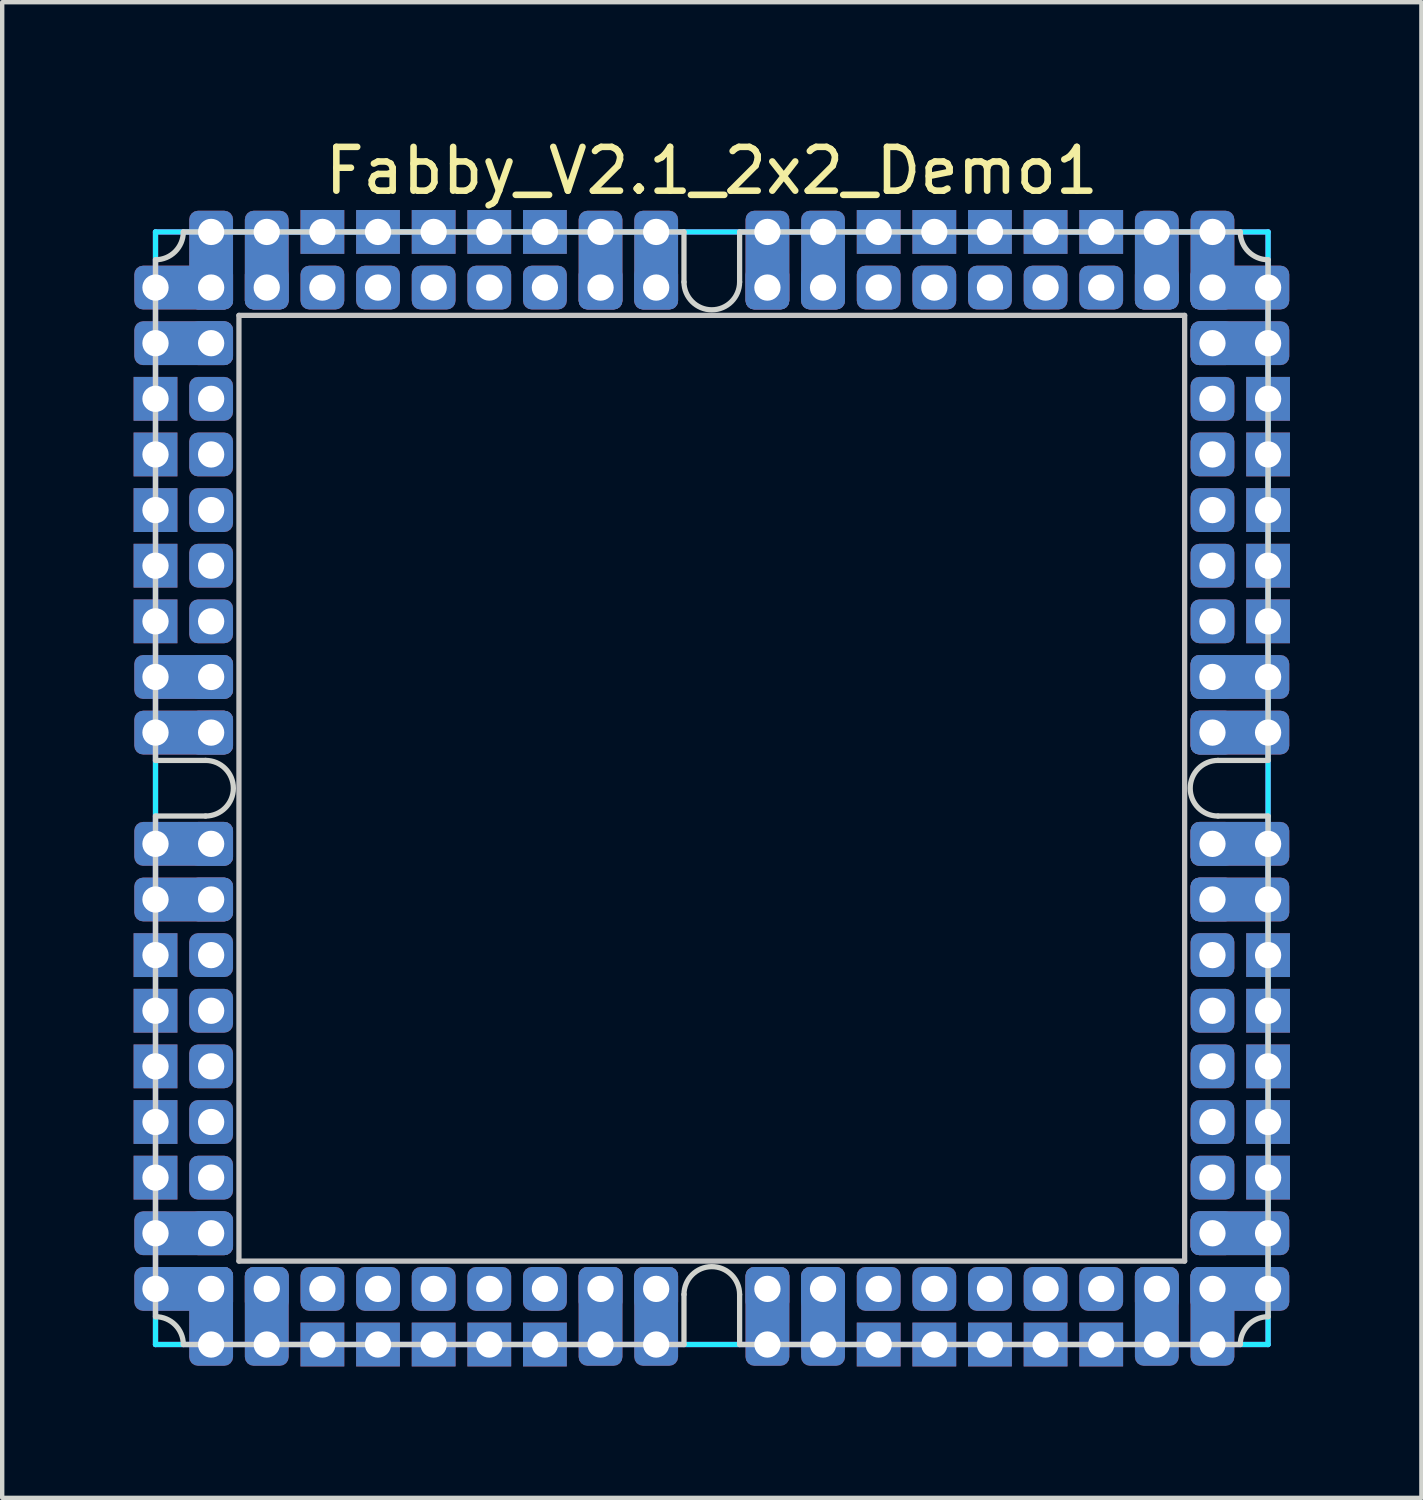
<source format=kicad_pcb>
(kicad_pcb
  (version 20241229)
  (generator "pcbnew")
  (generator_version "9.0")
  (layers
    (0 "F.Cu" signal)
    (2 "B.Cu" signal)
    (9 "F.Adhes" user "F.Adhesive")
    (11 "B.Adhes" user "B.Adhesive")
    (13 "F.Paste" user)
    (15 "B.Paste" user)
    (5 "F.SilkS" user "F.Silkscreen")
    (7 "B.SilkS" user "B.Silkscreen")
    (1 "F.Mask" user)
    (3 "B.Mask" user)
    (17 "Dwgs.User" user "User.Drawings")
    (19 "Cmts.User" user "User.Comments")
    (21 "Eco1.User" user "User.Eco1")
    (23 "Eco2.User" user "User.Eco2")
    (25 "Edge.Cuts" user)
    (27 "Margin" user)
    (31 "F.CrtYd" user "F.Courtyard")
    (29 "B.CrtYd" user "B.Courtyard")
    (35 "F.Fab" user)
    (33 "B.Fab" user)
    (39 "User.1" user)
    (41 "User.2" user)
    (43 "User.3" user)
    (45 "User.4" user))
  (footprint "Fabby_V2.1_2x2_Demo1"
    (layer "F.Cu")
    (at 13.2 14.945)
    (property "Reference" "Fabby_V2.1_2x2_Demo1" (at 0 -14.097 0) (layer "F.SilkS") (effects (font (size 1 1) (thickness 0.15))))
    (attr through_hole)
    (fp_line (start -10.795 -10.795) (end 10.795 -10.795) (stroke (width 0.12) (type solid)) (layer "Dwgs.User"))
    (fp_line (start -10.795 10.795) (end -10.795 -10.795) (stroke (width 0.12) (type solid)) (layer "Dwgs.User"))
    (fp_line (start 10.795 -10.795) (end 10.795 10.795) (stroke (width 0.12) (type solid)) (layer "Dwgs.User"))
    (fp_line (start 10.795 10.795) (end -10.795 10.795) (stroke (width 0.12) (type solid)) (layer "Dwgs.User"))
    (fp_line (start -12.7 -12.065) (end -12.7 -0.635) (stroke (width 0.12) (type solid)) (layer "Edge.Cuts"))
    (fp_line (start -12.7 0.635) (end -12.7 12.065) (stroke (width 0.12) (type solid)) (layer "Edge.Cuts"))
    (fp_line (start -12.065 -12.7) (end -0.635 -12.7) (stroke (width 0.12) (type solid)) (layer "Edge.Cuts"))
    (fp_line (start -11.557 -0.635) (end -12.7 -0.635) (stroke (width 0.12) (type solid)) (layer "Edge.Cuts"))
    (fp_line (start -11.557 0.635) (end -12.7 0.635) (stroke (width 0.12) (type solid)) (layer "Edge.Cuts"))
    (fp_line (start -0.635 -11.557) (end -0.635 -12.7) (stroke (width 0.12) (type solid)) (layer "Edge.Cuts"))
    (fp_line (start -0.635 11.557) (end -0.635 12.7) (stroke (width 0.12) (type solid)) (layer "Edge.Cuts"))
    (fp_line (start -0.635 12.7) (end -12.065 12.7) (stroke (width 0.12) (type solid)) (layer "Edge.Cuts"))
    (fp_line (start 0.635 -12.7) (end 12.065 -12.7) (stroke (width 0.12) (type solid)) (layer "Edge.Cuts"))
    (fp_line (start 0.635 -11.557) (end 0.635 -12.7) (stroke (width 0.12) (type solid)) (layer "Edge.Cuts"))
    (fp_line (start 0.635 11.557) (end 0.635 12.7) (stroke (width 0.12) (type solid)) (layer "Edge.Cuts"))
    (fp_line (start 11.557 -0.635) (end 12.7 -0.635) (stroke (width 0.12) (type solid)) (layer "Edge.Cuts"))
    (fp_line (start 11.557 0.635) (end 12.7 0.635) (stroke (width 0.12) (type solid)) (layer "Edge.Cuts"))
    (fp_line (start 12.065 12.7) (end 0.635 12.7) (stroke (width 0.12) (type solid)) (layer "Edge.Cuts"))
    (fp_line (start 12.7 -12.065) (end 12.7 -0.635) (stroke (width 0.12) (type solid)) (layer "Edge.Cuts"))
    (fp_line (start 12.7 0.635) (end 12.7 12.065) (stroke (width 0.12) (type solid)) (layer "Edge.Cuts"))
    (fp_arc (start -12.7 12.065) (mid -12.250987 12.250987) (end -12.065 12.7) (stroke (width 0.12) (type solid)) (layer "Edge.Cuts"))
    (fp_arc (start -12.065 -12.7) (mid -12.250987 -12.250987) (end -12.7 -12.065) (stroke (width 0.12) (type solid)) (layer "Edge.Cuts"))
    (fp_arc (start -11.557 -0.635) (mid -10.922 0) (end -11.557 0.635) (stroke (width 0.12) (type solid)) (layer "Edge.Cuts"))
    (fp_arc (start -0.635 11.557) (mid 0 10.922) (end 0.635 11.557) (stroke (width 0.12) (type solid)) (layer "Edge.Cuts"))
    (fp_arc (start 0.635 -11.557) (mid 0 -10.922) (end -0.635 -11.557) (stroke (width 0.12) (type solid)) (layer "Edge.Cuts"))
    (fp_arc (start 11.557 0.635) (mid 10.922 0) (end 11.557 -0.635) (stroke (width 0.12) (type solid)) (layer "Edge.Cuts"))
    (fp_arc (start 12.065 12.7) (mid 12.250987 12.250987) (end 12.7 12.065) (stroke (width 0.12) (type solid)) (layer "Edge.Cuts"))
    (fp_arc (start 12.7 -12.065) (mid 12.250987 -12.250987) (end 12.065 -12.7) (stroke (width 0.12) (type solid)) (layer "Edge.Cuts"))
    (fp_line (start -12.7 -12.7) (end 12.7 -12.7) (stroke (width 0.12) (type solid)) (layer "B.CrtYd"))
    (fp_line (start -12.7 12.7) (end -12.7 -12.7) (stroke (width 0.12) (type solid)) (layer "B.CrtYd"))
    (fp_line (start 12.7 -12.7) (end 12.7 12.7) (stroke (width 0.12) (type solid)) (layer "B.CrtYd"))
    (fp_line (start 12.7 12.7) (end -12.7 12.7) (stroke (width 0.12) (type solid)) (layer "B.CrtYd"))
    (fp_line (start -12.7 -12.7) (end 12.7 -12.7) (stroke (width 0.12) (type solid)) (layer "F.CrtYd"))
    (fp_line (start -12.7 12.7) (end -12.7 -12.7) (stroke (width 0.12) (type solid)) (layer "F.CrtYd"))
    (fp_line (start 12.7 -12.7) (end 12.7 12.7) (stroke (width 0.12) (type solid)) (layer "F.CrtYd"))
    (fp_line (start 12.7 12.7) (end -12.7 12.7) (stroke (width 0.12) (type solid)) (layer "F.CrtYd"))
    (pad "1" thru_hole roundrect (at -12.7 -11.43 270) (size 1 2.254) (drill 0.6 (offset 0 -0.643)) (layers "*.Cu" "*.Mask") (roundrect_rratio 0.2))
    (pad "1" thru_hole roundrect (at -11.43 -12.7 180) (size 1 2.254) (drill 0.6 (offset 0 -0.643)) (layers "*.Cu" "*.Mask") (roundrect_rratio 0.2))
    (pad "1" thru_hole roundrect (at -11.43 -11.43 180) (size 1 1) (drill 0.6) (layers "*.Cu" "*.Mask") (roundrect_rratio 0.2))
    (pad "2" thru_hole roundrect (at -12.7 -10.16 270) (size 1 2.254) (drill 0.6 (offset 0 -0.643)) (layers "*.Cu" "*.Mask") (roundrect_rratio 0.2))
    (pad "2" thru_hole roundrect (at -11.43 -10.16 270) (size 1 1) (drill 0.6) (layers "*.Cu" "*.Mask") (roundrect_rratio 0.2))
    (pad "3" thru_hole rect (at -12.7 -8.89 270) (size 1 1) (drill 0.6) (layers "*.Cu" "*.Mask"))
    (pad "3" thru_hole roundrect (at -11.43 -8.89 270) (size 1 1) (drill 0.6) (layers "*.Cu" "*.Mask") (roundrect_rratio 0.2))
    (pad "4" thru_hole rect (at -12.7 -7.62 270) (size 1 1) (drill 0.6) (layers "*.Cu" "*.Mask"))
    (pad "4" thru_hole roundrect (at -11.43 -7.62 270) (size 1 1) (drill 0.6) (layers "*.Cu" "*.Mask") (roundrect_rratio 0.2))
    (pad "5" thru_hole rect (at -12.7 -6.35 270) (size 1 1) (drill 0.6) (layers "*.Cu" "*.Mask"))
    (pad "5" thru_hole roundrect (at -11.43 -6.35 270) (size 1 1) (drill 0.6) (layers "*.Cu" "*.Mask") (roundrect_rratio 0.2))
    (pad "6" thru_hole rect (at -12.7 -5.08 270) (size 1 1) (drill 0.6) (layers "*.Cu" "*.Mask"))
    (pad "6" thru_hole roundrect (at -11.43 -5.08 270) (size 1 1) (drill 0.6) (layers "*.Cu" "*.Mask") (roundrect_rratio 0.2))
    (pad "7" thru_hole rect (at -12.7 -3.81 270) (size 1 1) (drill 0.6) (layers "*.Cu" "*.Mask"))
    (pad "7" thru_hole roundrect (at -11.43 -3.81 270) (size 1 1) (drill 0.6) (layers "*.Cu" "*.Mask") (roundrect_rratio 0.2))
    (pad "8" thru_hole roundrect (at -12.7 -2.54 270) (size 1 2.254) (drill 0.6 (offset 0 -0.643)) (layers "*.Cu" "*.Mask") (roundrect_rratio 0.2))
    (pad "8" thru_hole roundrect (at -11.43 -2.54 270) (size 1 1) (drill 0.6) (layers "*.Cu" "*.Mask") (roundrect_rratio 0.2))
    (pad "9" thru_hole roundrect (at -12.7 -1.27 270) (size 1 2.254) (drill 0.6 (offset 0 -0.643)) (layers "*.Cu" "*.Mask") (roundrect_rratio 0.2))
    (pad "9" thru_hole roundrect (at -11.43 -1.27 270) (size 1 1) (drill 0.6) (layers "*.Cu" "*.Mask") (roundrect_rratio 0.2))
    (pad "10" thru_hole roundrect (at -12.7 1.27 270) (size 1 2.254) (drill 0.6 (offset 0 -0.643)) (layers "*.Cu" "*.Mask") (roundrect_rratio 0.2))
    (pad "10" thru_hole roundrect (at -11.43 1.27 270) (size 1 1) (drill 0.6) (layers "*.Cu" "*.Mask") (roundrect_rratio 0.2))
    (pad "11" thru_hole roundrect (at -12.7 2.54 270) (size 1 2.254) (drill 0.6 (offset 0 -0.643)) (layers "*.Cu" "*.Mask") (roundrect_rratio 0.2))
    (pad "11" thru_hole roundrect (at -11.43 2.54 270) (size 1 1) (drill 0.6) (layers "*.Cu" "*.Mask") (roundrect_rratio 0.2))
    (pad "12" thru_hole rect (at -12.7 3.81 270) (size 1 1) (drill 0.6) (layers "*.Cu" "*.Mask"))
    (pad "12" thru_hole roundrect (at -11.43 3.81 270) (size 1 1) (drill 0.6) (layers "*.Cu" "*.Mask") (roundrect_rratio 0.2))
    (pad "13" thru_hole rect (at -12.7 5.08 270) (size 1 1) (drill 0.6) (layers "*.Cu" "*.Mask"))
    (pad "13" thru_hole roundrect (at -11.43 5.08 270) (size 1 1) (drill 0.6) (layers "*.Cu" "*.Mask") (roundrect_rratio 0.2))
    (pad "14" thru_hole rect (at -12.7 6.35 270) (size 1 1) (drill 0.6) (layers "*.Cu" "*.Mask"))
    (pad "14" thru_hole roundrect (at -11.43 6.35 270) (size 1 1) (drill 0.6) (layers "*.Cu" "*.Mask") (roundrect_rratio 0.2))
    (pad "15" thru_hole rect (at -12.7 7.62 270) (size 1 1) (drill 0.6) (layers "*.Cu" "*.Mask"))
    (pad "15" thru_hole roundrect (at -11.43 7.62 270) (size 1 1) (drill 0.6) (layers "*.Cu" "*.Mask") (roundrect_rratio 0.2))
    (pad "16" thru_hole rect (at -12.7 8.89 270) (size 1 1) (drill 0.6) (layers "*.Cu" "*.Mask"))
    (pad "16" thru_hole roundrect (at -11.43 8.89 270) (size 1 1) (drill 0.6) (layers "*.Cu" "*.Mask") (roundrect_rratio 0.2))
    (pad "17" thru_hole roundrect (at -12.7 10.16 270) (size 1 2.254) (drill 0.6 (offset 0 -0.643)) (layers "*.Cu" "*.Mask") (roundrect_rratio 0.2))
    (pad "17" thru_hole roundrect (at -11.43 10.16 270) (size 1 1) (drill 0.6) (layers "*.Cu" "*.Mask") (roundrect_rratio 0.2))
    (pad "18" thru_hole roundrect (at -12.7 11.43 270) (size 1 2.254) (drill 0.6 (offset 0 -0.643)) (layers "*.Cu" "*.Mask") (roundrect_rratio 0.2))
    (pad "18" thru_hole roundrect (at -11.43 11.43 270) (size 1 1) (drill 0.6) (layers "*.Cu" "*.Mask") (roundrect_rratio 0.2))
    (pad "18" thru_hole roundrect (at -11.43 12.7) (size 1 2.254) (drill 0.6 (offset 0 -0.643)) (layers "*.Cu" "*.Mask") (roundrect_rratio 0.2))
    (pad "19" thru_hole roundrect (at -10.16 11.43 270) (size 1 1) (drill 0.6) (layers "*.Cu" "*.Mask") (roundrect_rratio 0.2))
    (pad "19" thru_hole roundrect (at -10.16 12.7) (size 1 2.254) (drill 0.6 (offset 0 -0.643)) (layers "*.Cu" "*.Mask") (roundrect_rratio 0.2))
    (pad "20" thru_hole roundrect (at -8.89 11.43 270) (size 1 1) (drill 0.6) (layers "*.Cu" "*.Mask") (roundrect_rratio 0.2))
    (pad "20" thru_hole rect (at -8.89 12.7 270) (size 1 1) (drill 0.6) (layers "*.Cu" "*.Mask"))
    (pad "21" thru_hole roundrect (at -7.62 11.43 270) (size 1 1) (drill 0.6) (layers "*.Cu" "*.Mask") (roundrect_rratio 0.2))
    (pad "21" thru_hole rect (at -7.62 12.7 270) (size 1 1) (drill 0.6) (layers "*.Cu" "*.Mask"))
    (pad "22" thru_hole roundrect (at -6.35 11.43 270) (size 1 1) (drill 0.6) (layers "*.Cu" "*.Mask") (roundrect_rratio 0.2))
    (pad "22" thru_hole rect (at -6.35 12.7 270) (size 1 1) (drill 0.6) (layers "*.Cu" "*.Mask"))
    (pad "23" thru_hole roundrect (at -5.08 11.43 270) (size 1 1) (drill 0.6) (layers "*.Cu" "*.Mask") (roundrect_rratio 0.2))
    (pad "23" thru_hole rect (at -5.08 12.7 270) (size 1 1) (drill 0.6) (layers "*.Cu" "*.Mask"))
    (pad "24" thru_hole roundrect (at -3.81 11.43 270) (size 1 1) (drill 0.6) (layers "*.Cu" "*.Mask") (roundrect_rratio 0.2))
    (pad "24" thru_hole rect (at -3.81 12.7 270) (size 1 1) (drill 0.6) (layers "*.Cu" "*.Mask"))
    (pad "25" thru_hole roundrect (at -2.54 11.43 270) (size 1 1) (drill 0.6) (layers "*.Cu" "*.Mask") (roundrect_rratio 0.2))
    (pad "25" thru_hole roundrect (at -2.54 12.7) (size 1 2.254) (drill 0.6 (offset 0 -0.643)) (layers "*.Cu" "*.Mask") (roundrect_rratio 0.2))
    (pad "26" thru_hole roundrect (at -1.27 11.43 270) (size 1 1) (drill 0.6) (layers "*.Cu" "*.Mask") (roundrect_rratio 0.2))
    (pad "26" thru_hole roundrect (at -1.27 12.7) (size 1 2.254) (drill 0.6 (offset 0 -0.643)) (layers "*.Cu" "*.Mask") (roundrect_rratio 0.2))
    (pad "27" thru_hole roundrect (at 1.27 11.43 270) (size 1 1) (drill 0.6) (layers "*.Cu" "*.Mask") (roundrect_rratio 0.2))
    (pad "27" thru_hole roundrect (at 1.27 12.7) (size 1 2.254) (drill 0.6 (offset 0 -0.643)) (layers "*.Cu" "*.Mask") (roundrect_rratio 0.2))
    (pad "28" thru_hole roundrect (at 2.54 11.43 270) (size 1 1) (drill 0.6) (layers "*.Cu" "*.Mask") (roundrect_rratio 0.2))
    (pad "28" thru_hole roundrect (at 2.54 12.7) (size 1 2.254) (drill 0.6 (offset 0 -0.643)) (layers "*.Cu" "*.Mask") (roundrect_rratio 0.2))
    (pad "29" thru_hole roundrect (at 3.81 11.43 270) (size 1 1) (drill 0.6) (layers "*.Cu" "*.Mask") (roundrect_rratio 0.2))
    (pad "29" thru_hole rect (at 3.81 12.7 270) (size 1 1) (drill 0.6) (layers "*.Cu" "*.Mask"))
    (pad "30" thru_hole roundrect (at 5.08 11.43 270) (size 1 1) (drill 0.6) (layers "*.Cu" "*.Mask") (roundrect_rratio 0.2))
    (pad "30" thru_hole rect (at 5.08 12.7 270) (size 1 1) (drill 0.6) (layers "*.Cu" "*.Mask"))
    (pad "31" thru_hole roundrect (at 6.35 11.43 270) (size 1 1) (drill 0.6) (layers "*.Cu" "*.Mask") (roundrect_rratio 0.2))
    (pad "31" thru_hole rect (at 6.35 12.7 270) (size 1 1) (drill 0.6) (layers "*.Cu" "*.Mask"))
    (pad "32" thru_hole roundrect (at 7.62 11.43 270) (size 1 1) (drill 0.6) (layers "*.Cu" "*.Mask") (roundrect_rratio 0.2))
    (pad "32" thru_hole rect (at 7.62 12.7 270) (size 1 1) (drill 0.6) (layers "*.Cu" "*.Mask"))
    (pad "33" thru_hole roundrect (at 8.89 11.43 270) (size 1 1) (drill 0.6) (layers "*.Cu" "*.Mask") (roundrect_rratio 0.2))
    (pad "33" thru_hole rect (at 8.89 12.7 270) (size 1 1) (drill 0.6) (layers "*.Cu" "*.Mask"))
    (pad "34" thru_hole roundrect (at 10.16 11.43 270) (size 1 1) (drill 0.6) (layers "*.Cu" "*.Mask") (roundrect_rratio 0.2))
    (pad "34" thru_hole roundrect (at 10.16 12.7) (size 1 2.254) (drill 0.6 (offset 0 -0.643)) (layers "*.Cu" "*.Mask") (roundrect_rratio 0.2))
    (pad "35" thru_hole roundrect (at 11.43 11.43 90) (size 1 1) (drill 0.6) (layers "*.Cu" "*.Mask") (roundrect_rratio 0.2))
    (pad "35" thru_hole roundrect (at 11.43 12.7) (size 1 2.254) (drill 0.6 (offset 0 -0.643)) (layers "*.Cu" "*.Mask") (roundrect_rratio 0.2))
    (pad "35" thru_hole roundrect (at 12.7 11.43 90) (size 1 2.254) (drill 0.6 (offset 0 -0.643)) (layers "*.Cu" "*.Mask") (roundrect_rratio 0.2))
    (pad "36" thru_hole roundrect (at 11.43 10.16 270) (size 1 1) (drill 0.6) (layers "*.Cu" "*.Mask") (roundrect_rratio 0.2))
    (pad "36" thru_hole roundrect (at 12.7 10.16 90) (size 1 2.254) (drill 0.6 (offset 0 -0.643)) (layers "*.Cu" "*.Mask") (roundrect_rratio 0.2))
    (pad "37" thru_hole roundrect (at 11.43 8.89 270) (size 1 1) (drill 0.6) (layers "*.Cu" "*.Mask") (roundrect_rratio 0.2))
    (pad "37" thru_hole rect (at 12.7 8.89 270) (size 1 1) (drill 0.6) (layers "*.Cu" "*.Mask"))
    (pad "38" thru_hole roundrect (at 11.43 7.62 270) (size 1 1) (drill 0.6) (layers "*.Cu" "*.Mask") (roundrect_rratio 0.2))
    (pad "38" thru_hole rect (at 12.7 7.62 270) (size 1 1) (drill 0.6) (layers "*.Cu" "*.Mask"))
    (pad "39" thru_hole roundrect (at 11.43 6.35 270) (size 1 1) (drill 0.6) (layers "*.Cu" "*.Mask") (roundrect_rratio 0.2))
    (pad "39" thru_hole rect (at 12.7 6.35 270) (size 1 1) (drill 0.6) (layers "*.Cu" "*.Mask"))
    (pad "40" thru_hole roundrect (at 11.43 5.08 270) (size 1 1) (drill 0.6) (layers "*.Cu" "*.Mask") (roundrect_rratio 0.2))
    (pad "40" thru_hole rect (at 12.7 5.08 270) (size 1 1) (drill 0.6) (layers "*.Cu" "*.Mask"))
    (pad "41" thru_hole roundrect (at 11.43 3.81 270) (size 1 1) (drill 0.6) (layers "*.Cu" "*.Mask") (roundrect_rratio 0.2))
    (pad "41" thru_hole rect (at 12.7 3.81 270) (size 1 1) (drill 0.6) (layers "*.Cu" "*.Mask"))
    (pad "42" thru_hole roundrect (at 11.43 2.54 270) (size 1 1) (drill 0.6) (layers "*.Cu" "*.Mask") (roundrect_rratio 0.2))
    (pad "42" thru_hole roundrect (at 12.7 2.54 90) (size 1 2.254) (drill 0.6 (offset 0 -0.643)) (layers "*.Cu" "*.Mask") (roundrect_rratio 0.2))
    (pad "43" thru_hole roundrect (at 11.43 1.27 270) (size 1 1) (drill 0.6) (layers "*.Cu" "*.Mask") (roundrect_rratio 0.2))
    (pad "43" thru_hole roundrect (at 12.7 1.27 90) (size 1 2.254) (drill 0.6 (offset 0 -0.643)) (layers "*.Cu" "*.Mask") (roundrect_rratio 0.2))
    (pad "44" thru_hole roundrect (at 11.43 -1.27 270) (size 1 1) (drill 0.6) (layers "*.Cu" "*.Mask") (roundrect_rratio 0.2))
    (pad "44" thru_hole roundrect (at 12.7 -1.27 90) (size 1 2.254) (drill 0.6 (offset 0 -0.643)) (layers "*.Cu" "*.Mask") (roundrect_rratio 0.2))
    (pad "45" thru_hole roundrect (at 11.43 -2.54 270) (size 1 1) (drill 0.6) (layers "*.Cu" "*.Mask") (roundrect_rratio 0.2))
    (pad "45" thru_hole roundrect (at 12.7 -2.54 90) (size 1 2.254) (drill 0.6 (offset 0 -0.643)) (layers "*.Cu" "*.Mask") (roundrect_rratio 0.2))
    (pad "46" thru_hole roundrect (at 11.43 -3.81 270) (size 1 1) (drill 0.6) (layers "*.Cu" "*.Mask") (roundrect_rratio 0.2))
    (pad "46" thru_hole rect (at 12.7 -3.81 270) (size 1 1) (drill 0.6) (layers "*.Cu" "*.Mask"))
    (pad "47" thru_hole roundrect (at 11.43 -5.08 270) (size 1 1) (drill 0.6) (layers "*.Cu" "*.Mask") (roundrect_rratio 0.2))
    (pad "47" thru_hole rect (at 12.7 -5.08 270) (size 1 1) (drill 0.6) (layers "*.Cu" "*.Mask"))
    (pad "48" thru_hole roundrect (at 11.43 -6.35 270) (size 1 1) (drill 0.6) (layers "*.Cu" "*.Mask") (roundrect_rratio 0.2))
    (pad "48" thru_hole rect (at 12.7 -6.35 270) (size 1 1) (drill 0.6) (layers "*.Cu" "*.Mask"))
    (pad "49" thru_hole roundrect (at 11.43 -7.62 270) (size 1 1) (drill 0.6) (layers "*.Cu" "*.Mask") (roundrect_rratio 0.2))
    (pad "49" thru_hole rect (at 12.7 -7.62 270) (size 1 1) (drill 0.6) (layers "*.Cu" "*.Mask"))
    (pad "50" thru_hole roundrect (at 11.43 -8.89 270) (size 1 1) (drill 0.6) (layers "*.Cu" "*.Mask") (roundrect_rratio 0.2))
    (pad "50" thru_hole rect (at 12.7 -8.89 270) (size 1 1) (drill 0.6) (layers "*.Cu" "*.Mask"))
    (pad "51" thru_hole roundrect (at 11.43 -10.16 270) (size 1 1) (drill 0.6) (layers "*.Cu" "*.Mask") (roundrect_rratio 0.2))
    (pad "51" thru_hole roundrect (at 12.7 -10.16 90) (size 1 2.254) (drill 0.6 (offset 0 -0.643)) (layers "*.Cu" "*.Mask") (roundrect_rratio 0.2))
    (pad "52" thru_hole roundrect (at 11.43 -12.7 180) (size 1 2.254) (drill 0.6 (offset 0 -0.643)) (layers "*.Cu" "*.Mask") (roundrect_rratio 0.2))
    (pad "52" thru_hole roundrect (at 11.43 -11.43 270) (size 1 1) (drill 0.6) (layers "*.Cu" "*.Mask") (roundrect_rratio 0.2))
    (pad "52" thru_hole roundrect (at 12.7 -11.43 90) (size 1 2.254) (drill 0.6 (offset 0 -0.643)) (layers "*.Cu" "*.Mask") (roundrect_rratio 0.2))
    (pad "53" thru_hole roundrect (at 10.16 -12.7 180) (size 1 2.254) (drill 0.6 (offset 0 -0.643)) (layers "*.Cu" "*.Mask") (roundrect_rratio 0.2))
    (pad "53" thru_hole roundrect (at 10.16 -11.43 270) (size 1 1) (drill 0.6) (layers "*.Cu" "*.Mask") (roundrect_rratio 0.2))
    (pad "54" thru_hole rect (at 8.89 -12.7 270) (size 1 1) (drill 0.6) (layers "*.Cu" "*.Mask"))
    (pad "54" thru_hole roundrect (at 8.89 -11.43 270) (size 1 1) (drill 0.6) (layers "*.Cu" "*.Mask") (roundrect_rratio 0.2))
    (pad "55" thru_hole rect (at 7.62 -12.7 270) (size 1 1) (drill 0.6) (layers "*.Cu" "*.Mask"))
    (pad "55" thru_hole roundrect (at 7.62 -11.43 270) (size 1 1) (drill 0.6) (layers "*.Cu" "*.Mask") (roundrect_rratio 0.2))
    (pad "56" thru_hole rect (at 6.35 -12.7 270) (size 1 1) (drill 0.6) (layers "*.Cu" "*.Mask"))
    (pad "56" thru_hole roundrect (at 6.35 -11.43 270) (size 1 1) (drill 0.6) (layers "*.Cu" "*.Mask") (roundrect_rratio 0.2))
    (pad "57" thru_hole rect (at 5.08 -12.7 270) (size 1 1) (drill 0.6) (layers "*.Cu" "*.Mask"))
    (pad "57" thru_hole roundrect (at 5.08 -11.43 270) (size 1 1) (drill 0.6) (layers "*.Cu" "*.Mask") (roundrect_rratio 0.2))
    (pad "58" thru_hole rect (at 3.81 -12.7 270) (size 1 1) (drill 0.6) (layers "*.Cu" "*.Mask"))
    (pad "58" thru_hole roundrect (at 3.81 -11.43 270) (size 1 1) (drill 0.6) (layers "*.Cu" "*.Mask") (roundrect_rratio 0.2))
    (pad "59" thru_hole roundrect (at 2.54 -12.7 180) (size 1 2.254) (drill 0.6 (offset 0 -0.643)) (layers "*.Cu" "*.Mask") (roundrect_rratio 0.2))
    (pad "59" thru_hole roundrect (at 2.54 -11.43 270) (size 1 1) (drill 0.6) (layers "*.Cu" "*.Mask") (roundrect_rratio 0.2))
    (pad "60" thru_hole roundrect (at 1.27 -12.7 180) (size 1 2.254) (drill 0.6 (offset 0 -0.643)) (layers "*.Cu" "*.Mask") (roundrect_rratio 0.2))
    (pad "60" thru_hole roundrect (at 1.27 -11.43 270) (size 1 1) (drill 0.6) (layers "*.Cu" "*.Mask") (roundrect_rratio 0.2))
    (pad "61" thru_hole roundrect (at -1.27 -12.7 180) (size 1 2.254) (drill 0.6 (offset 0 -0.643)) (layers "*.Cu" "*.Mask") (roundrect_rratio 0.2))
    (pad "61" thru_hole roundrect (at -1.27 -11.43 270) (size 1 1) (drill 0.6) (layers "*.Cu" "*.Mask") (roundrect_rratio 0.2))
    (pad "62" thru_hole roundrect (at -2.54 -12.7 180) (size 1 2.254) (drill 0.6 (offset 0 -0.643)) (layers "*.Cu" "*.Mask") (roundrect_rratio 0.2))
    (pad "62" thru_hole roundrect (at -2.54 -11.43 270) (size 1 1) (drill 0.6) (layers "*.Cu" "*.Mask") (roundrect_rratio 0.2))
    (pad "63" thru_hole rect (at -3.81 -12.7 270) (size 1 1) (drill 0.6) (layers "*.Cu" "*.Mask"))
    (pad "63" thru_hole roundrect (at -3.81 -11.43 270) (size 1 1) (drill 0.6) (layers "*.Cu" "*.Mask") (roundrect_rratio 0.2))
    (pad "64" thru_hole rect (at -5.08 -12.7 270) (size 1 1) (drill 0.6) (layers "*.Cu" "*.Mask"))
    (pad "64" thru_hole roundrect (at -5.08 -11.43 270) (size 1 1) (drill 0.6) (layers "*.Cu" "*.Mask") (roundrect_rratio 0.2))
    (pad "65" thru_hole rect (at -6.35 -12.7 270) (size 1 1) (drill 0.6) (layers "*.Cu" "*.Mask"))
    (pad "65" thru_hole roundrect (at -6.35 -11.43 270) (size 1 1) (drill 0.6) (layers "*.Cu" "*.Mask") (roundrect_rratio 0.2))
    (pad "66" thru_hole rect (at -7.62 -12.7 270) (size 1 1) (drill 0.6) (layers "*.Cu" "*.Mask"))
    (pad "66" thru_hole roundrect (at -7.62 -11.43 270) (size 1 1) (drill 0.6) (layers "*.Cu" "*.Mask") (roundrect_rratio 0.2))
    (pad "67" thru_hole rect (at -8.89 -12.7 270) (size 1 1) (drill 0.6) (layers "*.Cu" "*.Mask"))
    (pad "67" thru_hole roundrect (at -8.89 -11.43 270) (size 1 1) (drill 0.6) (layers "*.Cu" "*.Mask") (roundrect_rratio 0.2))
    (pad "68" thru_hole roundrect (at -10.16 -12.7 180) (size 1 2.254) (drill 0.6 (offset 0 -0.643)) (layers "*.Cu" "*.Mask") (roundrect_rratio 0.2))
    (pad "68" thru_hole roundrect (at -10.16 -11.43 270) (size 1 1) (drill 0.6) (layers "*.Cu" "*.Mask") (roundrect_rratio 0.2)))
  (gr_rect
    (start -3 -3)
    (end 29.4 31.145)
    (stroke (width 0.1) (type default))
    (fill no)
    (layer "Edge.Cuts")))
</source>
